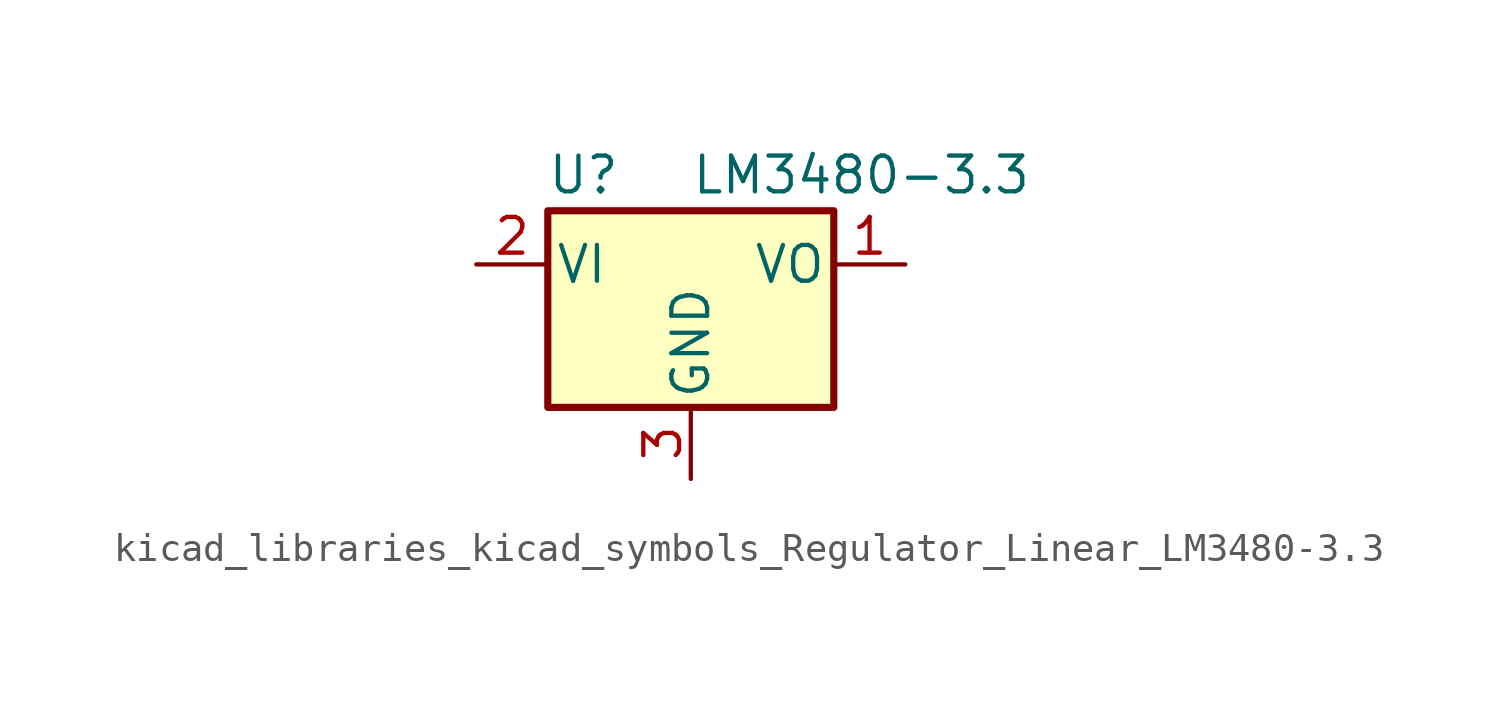
<source format=kicad_sym>
(kicad_symbol_lib
  (version 20220914)
  (generator kicad_symbol_editor)
  (symbol "kicad_libraries_kicad_symbols_Regulator_Linear_LM3480-3.3"
    (pin_names
      (offset 0.254))
    (property "Reference" "U"
      (at -3.81 3.175 0)
      (effects (font (size 1.27 1.27))))
    (property "Value" "LM3480-3.3"
      (at 0 3.175 0)
      (effects (font (size 1.27 1.27)) (justify left)))
    (symbol "kicad_libraries_kicad_symbols_Regulator_Linear_LM3480-3.3_0_1"
      (rectangle (start -5.08 1.905) (end 5.08 -5.08) (stroke (width 0.254) (type default)) (fill (type background))))
    (symbol "kicad_libraries_kicad_symbols_Regulator_Linear_LM3480-3.3_1_1"
      (pin power_out line (at 7.62 0 180) (length 2.54) (name "VO" (effects (font (size 1.27 1.27)))) (number "1" (effects (font (size 1.27 1.27)))))
      (pin power_in line (at -7.62 0 0) (length 2.54) (name "VI" (effects (font (size 1.27 1.27)))) (number "2" (effects (font (size 1.27 1.27)))))
      (pin power_in line (at 0 -7.62 90) (length 2.54) (name "GND" (effects (font (size 1.27 1.27)))) (number "3" (effects (font (size 1.27 1.27))))))))
</source>
